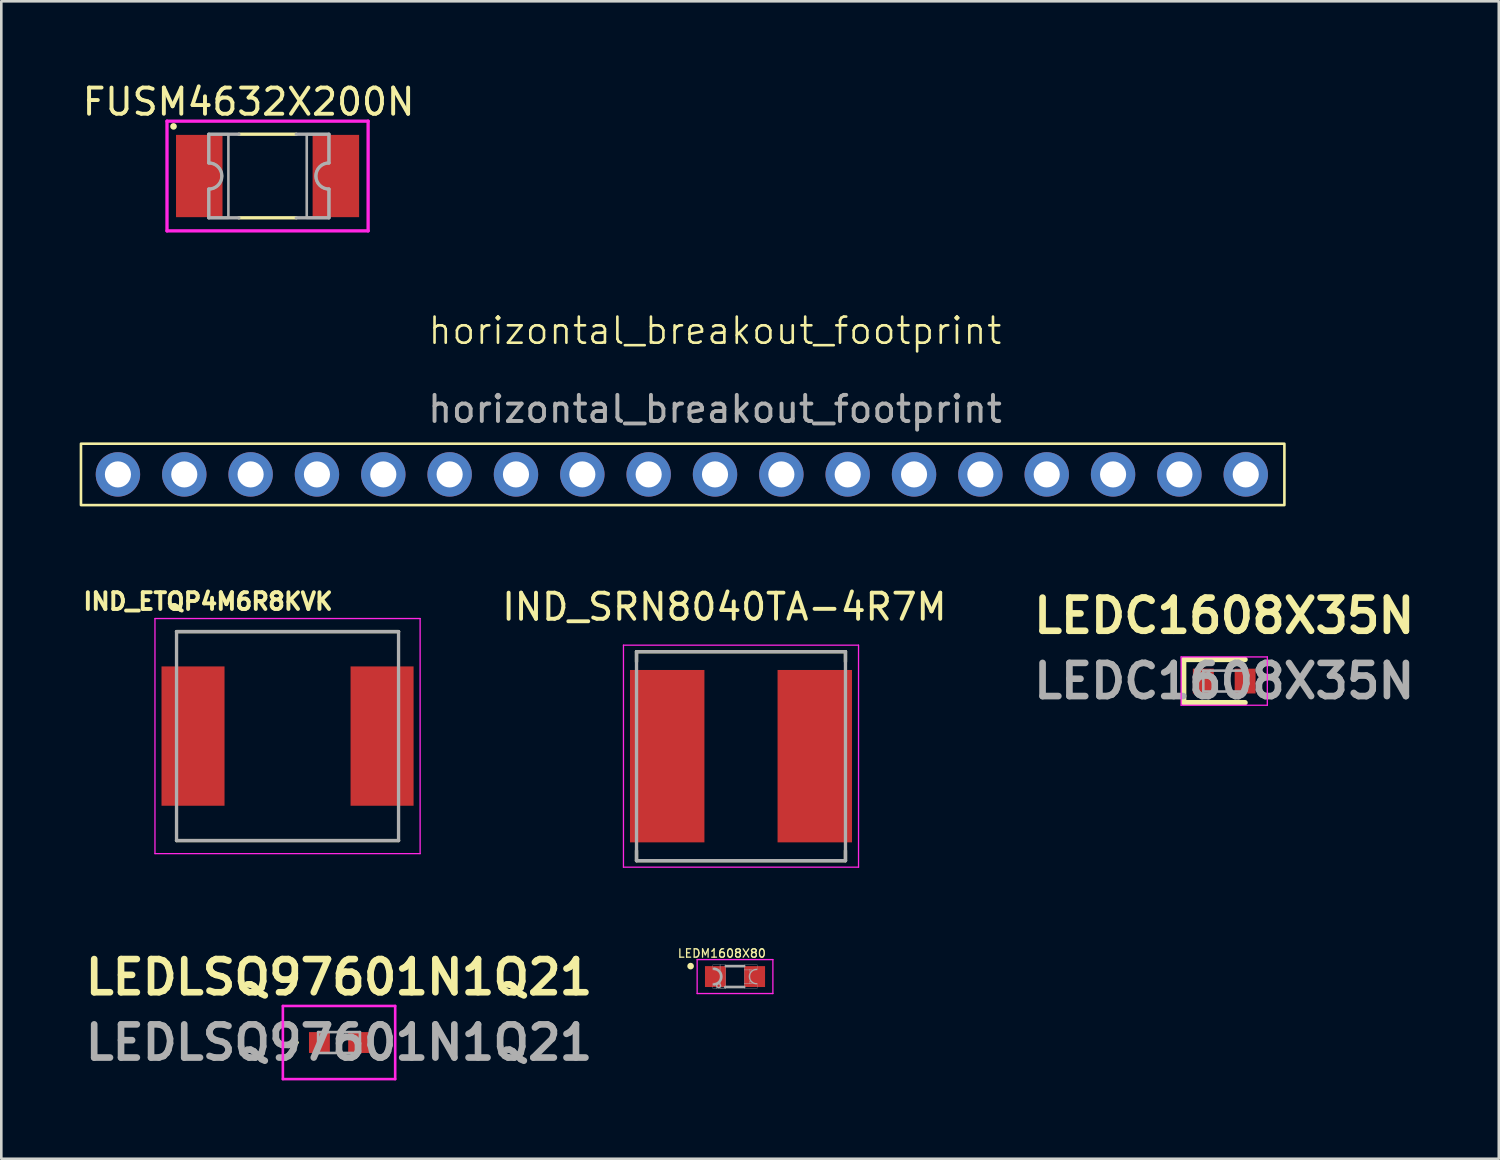
<source format=kicad_pcb>
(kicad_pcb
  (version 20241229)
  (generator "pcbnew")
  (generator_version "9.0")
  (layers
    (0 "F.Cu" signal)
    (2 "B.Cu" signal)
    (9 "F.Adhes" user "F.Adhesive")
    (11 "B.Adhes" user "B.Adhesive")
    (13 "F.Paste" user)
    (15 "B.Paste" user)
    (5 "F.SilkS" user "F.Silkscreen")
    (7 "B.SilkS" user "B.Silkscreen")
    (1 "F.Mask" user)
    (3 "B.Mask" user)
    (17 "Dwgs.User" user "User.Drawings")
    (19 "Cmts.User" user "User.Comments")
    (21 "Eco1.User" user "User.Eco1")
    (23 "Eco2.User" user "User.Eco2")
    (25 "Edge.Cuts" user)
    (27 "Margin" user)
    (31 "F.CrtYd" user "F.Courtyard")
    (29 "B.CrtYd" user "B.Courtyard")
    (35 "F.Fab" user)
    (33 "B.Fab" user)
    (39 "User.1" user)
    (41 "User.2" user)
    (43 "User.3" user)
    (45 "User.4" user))
  (footprint "horizontal_breakout_footprint"
    (layer "F.Cu")
    (at 24.325 10.113)
    (property "Reference" "horizontal_breakout_footprint" (at 0 -0.5 0) (unlocked yes) (layer "F.SilkS") (effects (font (size 1 1) (thickness 0.1))))
    (attr smd)
    (fp_rect (start -24.275 3.825) (end 21.8 6.175) (stroke (width 0.1) (type default)) (fill no) (layer "F.SilkS"))
    (fp_text user "${REFERENCE}" (at 0 2.5 0) (unlocked yes) (layer "F.Fab") (effects (font (size 1 1) (thickness 0.15))))
    (pad "1" thru_hole circle (at -22.86 5) (size 1.7 1.7) (drill 1) (layers "*.Cu" "*.Mask"))
    (pad "2" thru_hole circle (at -20.32 5) (size 1.7 1.7) (drill 1) (layers "*.Cu" "*.Mask"))
    (pad "3" thru_hole circle (at -17.78 5) (size 1.7 1.7) (drill 1) (layers "*.Cu" "*.Mask"))
    (pad "4" thru_hole circle (at -15.24 5) (size 1.7 1.7) (drill 1) (layers "*.Cu" "*.Mask"))
    (pad "5" thru_hole circle (at -12.7 5) (size 1.7 1.7) (drill 1) (layers "*.Cu" "*.Mask"))
    (pad "6" thru_hole circle (at -10.16 5) (size 1.7 1.7) (drill 1) (layers "*.Cu" "*.Mask"))
    (pad "7" thru_hole circle (at -7.62 5) (size 1.7 1.7) (drill 1) (layers "*.Cu" "*.Mask"))
    (pad "8" thru_hole circle (at -5.08 5) (size 1.7 1.7) (drill 1) (layers "*.Cu" "*.Mask"))
    (pad "9" thru_hole circle (at -2.54 5) (size 1.7 1.7) (drill 1) (layers "*.Cu" "*.Mask"))
    (pad "10" thru_hole circle (at 0 5) (size 1.7 1.7) (drill 1) (layers "*.Cu" "*.Mask"))
    (pad "11" thru_hole circle (at 2.54 5) (size 1.7 1.7) (drill 1) (layers "*.Cu" "*.Mask"))
    (pad "12" thru_hole circle (at 5.08 5) (size 1.7 1.7) (drill 1) (layers "*.Cu" "*.Mask"))
    (pad "13" thru_hole circle (at 7.62 5) (size 1.7 1.7) (drill 1) (layers "*.Cu" "*.Mask"))
    (pad "14" thru_hole circle (at 10.16 5) (size 1.7 1.7) (drill 1) (layers "*.Cu" "*.Mask"))
    (pad "15" thru_hole circle (at 12.7 5) (size 1.7 1.7) (drill 1) (layers "*.Cu" "*.Mask"))
    (pad "16" thru_hole circle (at 15.24 5) (size 1.7 1.7) (drill 1) (layers "*.Cu" "*.Mask"))
    (pad "17" thru_hole circle (at 17.78 5) (size 1.7 1.7) (drill 1) (layers "*.Cu" "*.Mask"))
    (pad "18" thru_hole circle (at 20.32 5) (size 1.7 1.7) (drill 1) (layers "*.Cu" "*.Mask")))
  (footprint "LEDLSQ97601N1Q21"
    (layer "F.Cu")
    (at 9.93 36.865)
    (property "Reference" "LEDLSQ97601N1Q21" (at 0 -2.5 0) (layer "F.SilkS") (effects (font (size 1.27 1.27) (thickness 0.254))))
    (attr smd)
    (fp_line (start -1.7 0) (end -1.7 0) (stroke (width 0.1) (type solid)) (layer "F.SilkS"))
    (fp_line (start -1.6 0) (end -1.6 0) (stroke (width 0.1) (type solid)) (layer "F.SilkS"))
    (fp_arc (start -1.7 0) (mid -1.65 -0.05) (end -1.6 0) (stroke (width 0.1) (type solid)) (layer "F.SilkS"))
    (fp_arc (start -1.6 0) (mid -1.65 0.05) (end -1.7 0) (stroke (width 0.1) (type solid)) (layer "F.SilkS"))
    (fp_line (start -2.15 -1.4) (end 2.15 -1.4) (stroke (width 0.1) (type solid)) (layer "F.CrtYd"))
    (fp_line (start -2.15 1.4) (end -2.15 -1.4) (stroke (width 0.1) (type solid)) (layer "F.CrtYd"))
    (fp_line (start 2.15 -1.4) (end 2.15 1.4) (stroke (width 0.1) (type solid)) (layer "F.CrtYd"))
    (fp_line (start 2.15 1.4) (end -2.15 1.4) (stroke (width 0.1) (type solid)) (layer "F.CrtYd"))
    (fp_line (start -0.8 -0.4) (end 0.8 -0.4) (stroke (width 0.1) (type solid)) (layer "F.Fab"))
    (fp_line (start -0.8 0.4) (end -0.8 -0.4) (stroke (width 0.1) (type solid)) (layer "F.Fab"))
    (fp_line (start 0.8 -0.4) (end 0.8 0.4) (stroke (width 0.1) (type solid)) (layer "F.Fab"))
    (fp_line (start 0.8 0.4) (end -0.8 0.4) (stroke (width 0.1) (type solid)) (layer "F.Fab"))
    (fp_text user "${REFERENCE}" (at 0 0 0) (layer "F.Fab") (effects (font (size 1.27 1.27) (thickness 0.254))))
    (pad "1" smd rect (at -0.75 0) (size 0.8 0.8) (layers "F.Cu" "F.Mask" "F.Paste"))
    (pad "2" smd rect (at 0.75 0) (size 0.8 0.8) (layers "F.Cu" "F.Mask" "F.Paste")))
  (footprint "FUSM4632X200N"
    (layer "F.Cu")
    (at 7.194 3.689)
    (property "Reference" "FUSM4632X200N" (at -0.726 -2.84 0) (layer "F.SilkS") (effects (font (size 1.002 1.002) (thickness 0.15))))
    (attr smd)
    (fp_line (start -1.1 -1.6) (end 1.1 -1.6) (stroke (width 0.127) (type solid)) (layer "F.SilkS"))
    (fp_line (start 1.1 1.6) (end -1.1 1.6) (stroke (width 0.127) (type solid)) (layer "F.SilkS"))
    (fp_circle (center -3.6 -1.9) (end -3.473 -1.9) (stroke (width 0) (type solid)) (fill yes) (layer "F.SilkS"))
    (fp_line (start -3.85 -2.1) (end -3.85 2.1) (stroke (width 0.127) (type solid)) (layer "F.CrtYd"))
    (fp_line (start -3.85 2.1) (end 3.85 2.1) (stroke (width 0.127) (type solid)) (layer "F.CrtYd"))
    (fp_line (start 3.85 -2.1) (end -3.85 -2.1) (stroke (width 0.127) (type solid)) (layer "F.CrtYd"))
    (fp_line (start 3.85 2.1) (end 3.85 -2.1) (stroke (width 0.127) (type solid)) (layer "F.CrtYd"))
    (fp_line (start -2.25 -1.6) (end -2.25 -0.5) (stroke (width 0.127) (type solid)) (layer "F.Fab"))
    (fp_line (start -2.25 -1.6) (end -1.1 -1.6) (stroke (width 0.127) (type solid)) (layer "F.Fab"))
    (fp_line (start -2.25 1.6) (end -2.25 0.5) (stroke (width 0.127) (type solid)) (layer "F.Fab"))
    (fp_line (start -1.1 1.6) (end -2.25 1.6) (stroke (width 0.127) (type solid)) (layer "F.Fab"))
    (fp_line (start 1.1 -1.6) (end 2.35 -1.6) (stroke (width 0.127) (type solid)) (layer "F.Fab"))
    (fp_line (start 2.35 -1.6) (end 2.35 -0.5) (stroke (width 0.127) (type solid)) (layer "F.Fab"))
    (fp_line (start 2.35 0.5) (end 2.35 1.6) (stroke (width 0.127) (type solid)) (layer "F.Fab"))
    (fp_line (start 2.35 1.6) (end 1.1 1.6) (stroke (width 0.127) (type solid)) (layer "F.Fab"))
    (fp_arc (start -2.25 -0.5) (mid -1.75 0) (end -2.25 0.5) (stroke (width 0.127) (type solid)) (layer "F.Fab"))
    (fp_arc (start 2.35 0.5) (mid 1.85 0) (end 2.35 -0.5) (stroke (width 0.127) (type solid)) (layer "F.Fab"))
    (fp_poly (pts (xy -1.5 -1.6) (xy -2.25 -1.6) (xy -2.25 -0.5) (xy -2.224 -0.499) (xy -2.198 -0.497) (xy -2.172 -0.494) (xy -2.146 -0.489) (xy -2.121 -0.483) (xy -2.095 -0.476) (xy -2.071 -0.467) (xy -2.047 -0.457) (xy -2.023 -0.446) (xy -2 -0.433) (xy -1.978 -0.419) (xy -1.956 -0.405) (xy -1.935 -0.389) (xy -1.915 -0.372) (xy -1.896 -0.354) (xy -1.878 -0.335) (xy -1.861 -0.315) (xy -1.845 -0.294) (xy -1.831 -0.272) (xy -1.817 -0.25) (xy -1.804 -0.227) (xy -1.793 -0.203) (xy -1.783 -0.179) (xy -1.774 -0.155) (xy -1.767 -0.129) (xy -1.761 -0.104) (xy -1.756 -0.078) (xy -1.753 -0.052) (xy -1.751 -0.026) (xy -1.75 0) (xy -1.751 0.026) (xy -1.753 0.052) (xy -1.756 0.078) (xy -1.761 0.104) (xy -1.767 0.129) (xy -1.774 0.155) (xy -1.783 0.179) (xy -1.793 0.203) (xy -1.804 0.227) (xy -1.817 0.25) (xy -1.831 0.272) (xy -1.845 0.294) (xy -1.861 0.315) (xy -1.878 0.335) (xy -1.896 0.354) (xy -1.915 0.372) (xy -1.935 0.389) (xy -1.956 0.405) (xy -1.978 0.419) (xy -2 0.433) (xy -2.023 0.446) (xy -2.047 0.457) (xy -2.071 0.467) (xy -2.095 0.476) (xy -2.121 0.483) (xy -2.146 0.489) (xy -2.172 0.494) (xy -2.198 0.497) (xy -2.224 0.499) (xy -2.25 0.5) (xy -2.25 1.6) (xy -1.5 1.6) (xy -1.5 -1.6)) (stroke (width 0.1) (type solid)) (fill no) (layer "F.Fab"))
    (fp_poly (pts (xy 1.5 -1.6) (xy 1.5 1.6) (xy 2.35 1.6) (xy 2.35 0.5) (xy 2.324 0.499) (xy 2.298 0.497) (xy 2.272 0.494) (xy 2.246 0.489) (xy 2.221 0.483) (xy 2.195 0.476) (xy 2.171 0.467) (xy 2.147 0.457) (xy 2.123 0.446) (xy 2.1 0.433) (xy 2.078 0.419) (xy 2.056 0.405) (xy 2.035 0.389) (xy 2.015 0.372) (xy 1.996 0.354) (xy 1.978 0.335) (xy 1.961 0.315) (xy 1.945 0.294) (xy 1.931 0.272) (xy 1.917 0.25) (xy 1.904 0.227) (xy 1.893 0.203) (xy 1.883 0.179) (xy 1.874 0.155) (xy 1.867 0.129) (xy 1.861 0.104) (xy 1.856 0.078) (xy 1.853 0.052) (xy 1.851 0.026) (xy 1.85 0) (xy 1.851 -0.026) (xy 1.853 -0.052) (xy 1.856 -0.078) (xy 1.861 -0.104) (xy 1.867 -0.129) (xy 1.874 -0.155) (xy 1.883 -0.179) (xy 1.893 -0.203) (xy 1.904 -0.227) (xy 1.917 -0.25) (xy 1.931 -0.272) (xy 1.945 -0.294) (xy 1.961 -0.315) (xy 1.978 -0.335) (xy 1.996 -0.354) (xy 2.015 -0.372) (xy 2.035 -0.389) (xy 2.056 -0.405) (xy 2.078 -0.419) (xy 2.1 -0.433) (xy 2.123 -0.446) (xy 2.147 -0.457) (xy 2.171 -0.467) (xy 2.195 -0.476) (xy 2.221 -0.483) (xy 2.246 -0.489) (xy 2.272 -0.494) (xy 2.298 -0.497) (xy 2.324 -0.499) (xy 2.35 -0.5) (xy 2.35 -1.6) (xy 1.5 -1.6)) (stroke (width 0.1) (type solid)) (fill no) (layer "F.Fab"))
    (pad "1" smd rect (at -2.615 0) (size 1.78 3.15) (layers "F.Cu" "F.Mask" "F.Paste"))
    (pad "2" smd rect (at 2.615 0) (size 1.78 3.15) (layers "F.Cu" "F.Mask" "F.Paste")))
  (footprint "IND_SRN8040TA-4R7M"
    (layer "F.Cu")
    (at 25.32 25.901)
    (property "Reference" "IND_SRN8040TA-4R7M" (at -0.635 -5.715 0) (layer "F.SilkS") (effects (font (size 1 1) (thickness 0.15))))
    (attr smd)
    (fp_line (start -4 -4) (end -4 -3.615) (stroke (width 0.127) (type solid)) (layer "F.SilkS"))
    (fp_line (start -4 -4) (end 4 -4) (stroke (width 0.127) (type solid)) (layer "F.SilkS"))
    (fp_line (start -4 3.615) (end -4 4) (stroke (width 0.127) (type solid)) (layer "F.SilkS"))
    (fp_line (start -4 4) (end 4 4) (stroke (width 0.127) (type solid)) (layer "F.SilkS"))
    (fp_line (start 4 -4) (end 4 -3.615) (stroke (width 0.127) (type solid)) (layer "F.SilkS"))
    (fp_line (start 4 4) (end 4 3.615) (stroke (width 0.127) (type solid)) (layer "F.SilkS"))
    (fp_line (start -4.5 -4.25) (end 4.5 -4.25) (stroke (width 0.05) (type solid)) (layer "F.CrtYd"))
    (fp_line (start -4.5 4.25) (end -4.5 -4.25) (stroke (width 0.05) (type solid)) (layer "F.CrtYd"))
    (fp_line (start 4.5 -4.25) (end 4.5 4.25) (stroke (width 0.05) (type solid)) (layer "F.CrtYd"))
    (fp_line (start 4.5 4.25) (end -4.5 4.25) (stroke (width 0.05) (type solid)) (layer "F.CrtYd"))
    (fp_line (start -4 -4) (end 4 -4) (stroke (width 0.127) (type solid)) (layer "F.Fab"))
    (fp_line (start -4 4) (end -4 -4) (stroke (width 0.127) (type solid)) (layer "F.Fab"))
    (fp_line (start 4 -4) (end 4 4) (stroke (width 0.127) (type solid)) (layer "F.Fab"))
    (fp_line (start 4 4) (end -4 4) (stroke (width 0.127) (type solid)) (layer "F.Fab"))
    (pad "1" smd rect (at -2.825 0) (size 2.85 6.6) (layers "F.Cu" "F.Mask" "F.Paste"))
    (pad "2" smd rect (at 2.825 0) (size 2.85 6.6) (layers "F.Cu" "F.Mask" "F.Paste")))
  (footprint "IND_ETQP4M6R8KVK"
    (layer "F.Cu")
    (at 7.959 25.132)
    (property "Reference" "IND_ETQP4M6R8KVK" (at -3.044 -5.156 0) (layer "F.SilkS") (effects (font (size 0.64 0.64) (thickness 0.15))))
    (attr smd)
    (fp_line (start -4.25 -4) (end 4.25 -4) (stroke (width 0.127) (type solid)) (layer "F.SilkS"))
    (fp_line (start -4.25 4) (end 4.25 4) (stroke (width 0.127) (type solid)) (layer "F.SilkS"))
    (fp_line (start -5.076 -4.5) (end -5.076 4.5) (stroke (width 0.05) (type solid)) (layer "F.CrtYd"))
    (fp_line (start -5.076 4.5) (end 5.076 4.5) (stroke (width 0.05) (type solid)) (layer "F.CrtYd"))
    (fp_line (start 5.076 -4.5) (end -5.076 -4.5) (stroke (width 0.05) (type solid)) (layer "F.CrtYd"))
    (fp_line (start 5.076 4.5) (end 5.076 -4.5) (stroke (width 0.05) (type solid)) (layer "F.CrtYd"))
    (fp_line (start -4.25 -4) (end -4.25 4) (stroke (width 0.127) (type solid)) (layer "F.Fab"))
    (fp_line (start -4.25 -4) (end 4.25 -4) (stroke (width 0.127) (type solid)) (layer "F.Fab"))
    (fp_line (start -4.25 4) (end 4.25 4) (stroke (width 0.127) (type solid)) (layer "F.Fab"))
    (fp_line (start 4.25 -4) (end 4.25 4) (stroke (width 0.127) (type solid)) (layer "F.Fab"))
    (pad "1" smd rect (at -3.619 0) (size 2.413 5.334) (layers "F.Cu" "F.Mask" "F.Paste"))
    (pad "2" smd rect (at 3.619 0) (size 2.413 5.334) (layers "F.Cu" "F.Mask" "F.Paste"))
    (zone (net_name "") (layer "F.Cu") (hatch full 0.508) (connect_pads) (min_thickness 0.01) (filled_areas_thickness no) (keepout (tracks not_allowed) (vias not_allowed) (pads not_allowed) (copperpour not_allowed) (footprints allowed)) (placement (enabled no)) (fill) (polygon (pts (xy 3.209 20.632) (xy 3.209 22.465) (xy 5.546 22.465) (xy 5.546 27.799) (xy 3.209 27.799) (xy 3.209 29.632) (xy 12.709 29.632) (xy 12.709 27.799) (xy 10.372 27.799) (xy 10.372 22.465) (xy 12.709 22.465) (xy 12.709 20.632))))
    (zone (net_name "") (layers "F.Cu" "B.Cu") (hatch full 0.508) (connect_pads) (min_thickness 0.01) (filled_areas_thickness no) (keepout (tracks allowed) (vias not_allowed) (pads allowed) (copperpour allowed) (footprints allowed)) (placement (enabled no)) (fill) (polygon (pts (xy 3.209 20.632) (xy 3.209 22.465) (xy 5.546 22.465) (xy 5.546 27.799) (xy 3.209 27.799) (xy 3.209 29.632) (xy 12.709 29.632) (xy 12.709 27.799) (xy 10.372 27.799) (xy 10.372 22.465) (xy 12.709 22.465) (xy 12.709 20.632)))))
  (footprint "LEDC1608X35N"
    (layer "F.Cu")
    (at 43.821 23.026)
    (property "Reference" "LEDC1608X35N" (at 0 -2.5 0) (layer "F.SilkS") (effects (font (size 1.27 1.27) (thickness 0.254))))
    (attr smd)
    (fp_line (start -1.55 -0.825) (end -1.55 0.825) (stroke (width 0.2) (type solid)) (layer "F.SilkS"))
    (fp_line (start -1.55 0.825) (end 0.8 0.825) (stroke (width 0.2) (type solid)) (layer "F.SilkS"))
    (fp_line (start 0.8 -0.825) (end -1.55 -0.825) (stroke (width 0.2) (type solid)) (layer "F.SilkS"))
    (fp_line (start -1.65 -0.925) (end 1.65 -0.925) (stroke (width 0.05) (type solid)) (layer "F.CrtYd"))
    (fp_line (start -1.65 0.925) (end -1.65 -0.925) (stroke (width 0.05) (type solid)) (layer "F.CrtYd"))
    (fp_line (start 1.65 -0.925) (end 1.65 0.925) (stroke (width 0.05) (type solid)) (layer "F.CrtYd"))
    (fp_line (start 1.65 0.925) (end -1.65 0.925) (stroke (width 0.05) (type solid)) (layer "F.CrtYd"))
    (fp_line (start -0.8 -0.4) (end 0.8 -0.4) (stroke (width 0.1) (type solid)) (layer "F.Fab"))
    (fp_line (start -0.8 -0.133) (end -0.533 -0.4) (stroke (width 0.1) (type solid)) (layer "F.Fab"))
    (fp_line (start -0.8 0.4) (end -0.8 -0.4) (stroke (width 0.1) (type solid)) (layer "F.Fab"))
    (fp_line (start 0.8 -0.4) (end 0.8 0.4) (stroke (width 0.1) (type solid)) (layer "F.Fab"))
    (fp_line (start 0.8 0.4) (end -0.8 0.4) (stroke (width 0.1) (type solid)) (layer "F.Fab"))
    (fp_text user "${REFERENCE}" (at 0 0 0) (layer "F.Fab") (effects (font (size 1.27 1.27) (thickness 0.254))))
    (pad "1" smd rect (at -0.8 0) (size 0.8 0.95) (layers "F.Cu" "F.Mask" "F.Paste"))
    (pad "2" smd rect (at 0.8 0) (size 0.8 0.95) (layers "F.Cu" "F.Mask" "F.Paste")))
  (footprint "LEDM1608X80"
    (layer "F.Cu")
    (at 25.091 34.339)
    (property "Reference" "LEDM1608X80" (at -0.504 -0.888 0) (layer "F.SilkS") (effects (font (size 0.32 0.32) (thickness 0.05))))
    (attr smd)
    (fp_circle (center -1.7 -0.4) (end -1.573 -0.4) (stroke (width 0) (type solid)) (fill yes) (layer "F.SilkS"))
    (fp_line (start -1.45 -0.65) (end 1.45 -0.65) (stroke (width 0.05) (type solid)) (layer "F.CrtYd"))
    (fp_line (start -1.45 0.65) (end -1.45 -0.65) (stroke (width 0.05) (type solid)) (layer "F.CrtYd"))
    (fp_line (start 1.45 -0.65) (end 1.45 0.65) (stroke (width 0.05) (type solid)) (layer "F.CrtYd"))
    (fp_line (start 1.45 0.65) (end -1.45 0.65) (stroke (width 0.05) (type solid)) (layer "F.CrtYd"))
    (fp_line (start -0.375 0.4) (end 0.35 0.4) (stroke (width 0.102) (type solid)) (layer "F.Fab"))
    (fp_line (start -0.35 -0.4) (end 0.35 -0.4) (stroke (width 0.102) (type solid)) (layer "F.Fab"))
    (fp_arc (start -0.8 -0.3) (mid -0.524966 0) (end -0.8 0.3) (stroke (width 0.1016) (type solid)) (layer "F.Fab"))
    (fp_arc (start 0.825 0.275) (mid 0.55 0) (end 0.825 -0.275) (stroke (width 0.0508) (type solid)) (layer "F.Fab"))
    (fp_circle (center -0.625 0.35) (end -0.55 0.35) (stroke (width 0.051) (type solid)) (fill no) (layer "F.Fab"))
    (fp_poly (pts (xy -0.851 0.451) (xy -0.851 0.25) (xy -0.7 0.25) (xy -0.7 0.451)) (stroke (width 0.01) (type solid)) (fill no) (layer "F.Fab"))
    (fp_poly (pts (xy -0.85 -0.25) (xy -0.85 -0.451) (xy -0.551 -0.451) (xy -0.551 -0.25)) (stroke (width 0.01) (type solid)) (fill no) (layer "F.Fab"))
    (fp_poly (pts (xy -0.725 0.45) (xy -0.725 0.4) (xy -0.35 0.4) (xy -0.35 0.45)) (stroke (width 0.01) (type solid)) (fill no) (layer "F.Fab"))
    (fp_poly (pts (xy -0.601 0.276) (xy -0.601 0.225) (xy -0.55 0.225) (xy -0.55 0.276)) (stroke (width 0.01) (type solid)) (fill no) (layer "F.Fab"))
    (fp_poly (pts (xy -0.576 0.451) (xy -0.576 -0.451) (xy -0.351 -0.451) (xy -0.351 0.451)) (stroke (width 0.01) (type solid)) (fill no) (layer "F.Fab"))
    (fp_poly (pts (xy 0.35 0.45) (xy 0.35 0.251) (xy 0.851 0.251) (xy 0.851 0.45)) (stroke (width 0.01) (type solid)) (fill no) (layer "F.Fab"))
    (fp_poly (pts (xy 0.35 0.275) (xy 0.35 -0.275) (xy 0.575 -0.275) (xy 0.575 0.275)) (stroke (width 0.01) (type solid)) (fill no) (layer "F.Fab"))
    (fp_poly (pts (xy 0.35 -0.25) (xy 0.35 -0.45) (xy 0.85 -0.45) (xy 0.85 -0.25)) (stroke (width 0.01) (type solid)) (fill no) (layer "F.Fab"))
    (fp_poly (pts (xy 0.55 0.275) (xy 0.55 0.175) (xy 0.65 0.175) (xy 0.65 0.275)) (stroke (width 0.01) (type solid)) (fill no) (layer "F.Fab"))
    (fp_poly (pts (xy 0.55 -0.175) (xy 0.55 -0.275) (xy 0.65 -0.275) (xy 0.65 -0.175)) (stroke (width 0.01) (type solid)) (fill no) (layer "F.Fab"))
    (pad "A" smd rect (at 0.75 0) (size 0.8 0.8) (layers "F.Cu" "F.Mask" "F.Paste"))
    (pad "C" smd rect (at -0.75 0) (size 0.8 0.8) (layers "F.Cu" "F.Mask" "F.Paste")))
  (gr_rect
    (start -3 -3)
    (end 54.333 41.315)
    (stroke (width 0.1) (type default))
    (fill no)
    (layer "Edge.Cuts")))
</source>
